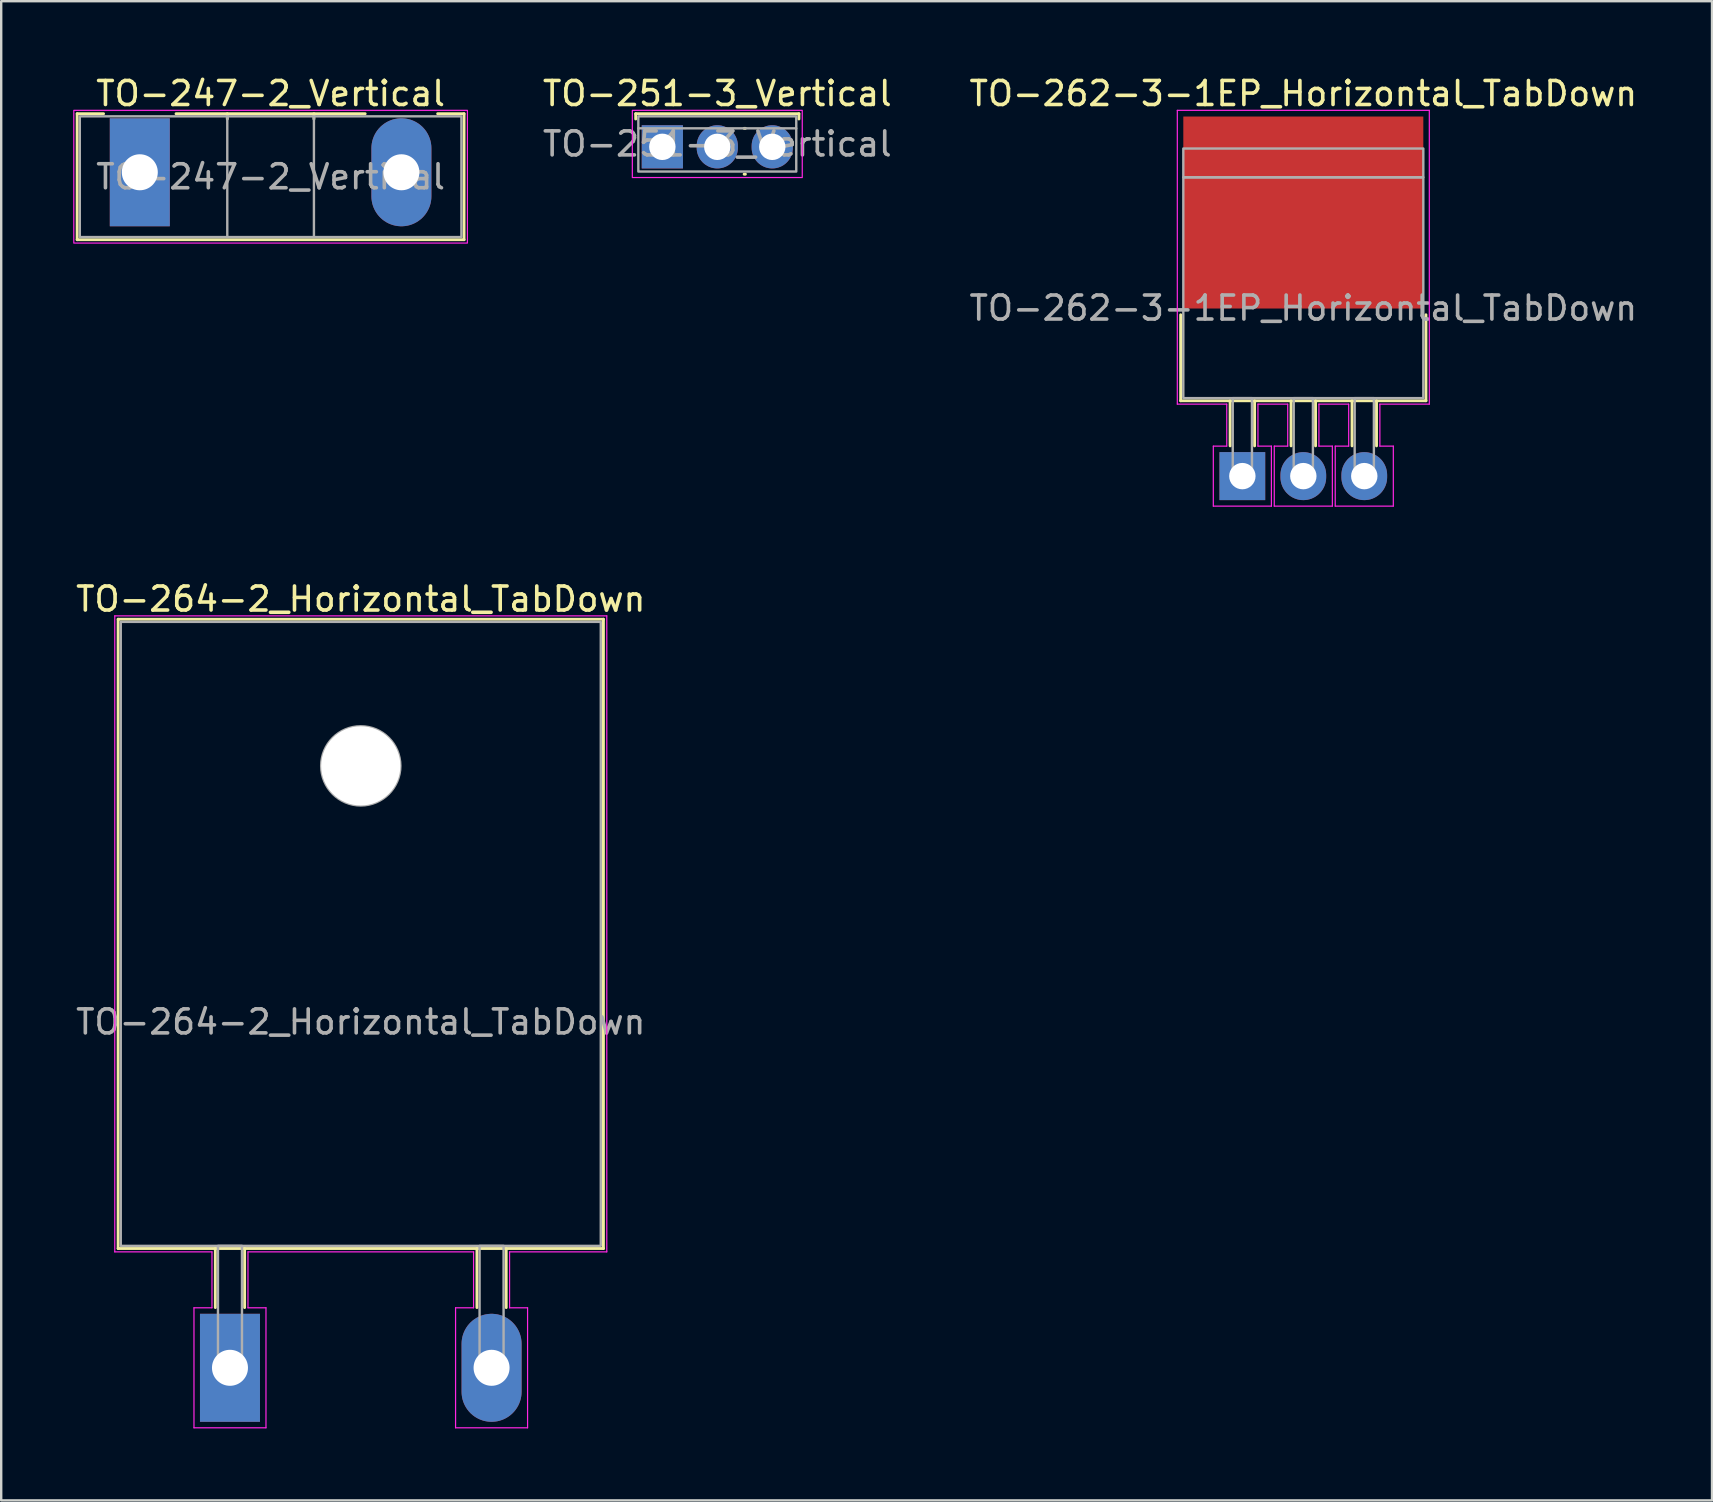
<source format=kicad_pcb>
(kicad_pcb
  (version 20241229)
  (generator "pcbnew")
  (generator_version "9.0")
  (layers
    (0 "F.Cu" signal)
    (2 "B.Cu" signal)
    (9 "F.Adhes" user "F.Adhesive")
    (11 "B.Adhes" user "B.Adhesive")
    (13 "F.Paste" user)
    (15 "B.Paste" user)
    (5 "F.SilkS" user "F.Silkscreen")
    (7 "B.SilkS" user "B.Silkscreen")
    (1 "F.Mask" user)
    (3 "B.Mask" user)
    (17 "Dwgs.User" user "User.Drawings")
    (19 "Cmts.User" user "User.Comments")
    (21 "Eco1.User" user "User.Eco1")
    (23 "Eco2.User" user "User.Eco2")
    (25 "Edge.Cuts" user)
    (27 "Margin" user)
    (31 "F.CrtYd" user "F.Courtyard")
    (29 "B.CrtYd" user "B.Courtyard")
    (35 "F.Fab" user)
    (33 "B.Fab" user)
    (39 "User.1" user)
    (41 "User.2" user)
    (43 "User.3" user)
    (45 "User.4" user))
  (footprint "TO-264-2_Horizontal_TabDown"
    (layer "F.Cu")
    (at 6.532 53.941)
    (property "Reference" "TO-264-2_Horizontal_TabDown" (at 5.45 -32.03 0) (layer "F.SilkS") (effects (font (size 1 1) (thickness 0.15))))
    (attr through_hole)
    (fp_line (start -4.66 -31.19) (end 15.56 -31.19) (stroke (width 0.12) (type solid)) (layer "F.SilkS"))
    (fp_line (start -4.66 -4.97) (end -4.66 -31.19) (stroke (width 0.12) (type solid)) (layer "F.SilkS"))
    (fp_line (start -4.66 -4.97) (end 15.56 -4.97) (stroke (width 0.12) (type solid)) (layer "F.SilkS"))
    (fp_line (start -0.61 -4.97) (end -0.61 -2.51) (stroke (width 0.12) (type solid)) (layer "F.SilkS"))
    (fp_line (start 0.61 -4.97) (end 0.61 -2.51) (stroke (width 0.12) (type solid)) (layer "F.SilkS"))
    (fp_line (start 10.29 -4.97) (end 10.29 -2.51) (stroke (width 0.12) (type solid)) (layer "F.SilkS"))
    (fp_line (start 11.51 -4.97) (end 11.51 -2.51) (stroke (width 0.12) (type solid)) (layer "F.SilkS"))
    (fp_line (start 15.56 -4.97) (end 15.56 -31.19) (stroke (width 0.12) (type solid)) (layer "F.SilkS"))
    (fp_line (start -4.8 -31.33) (end 15.7 -31.33) (stroke (width 0.05) (type solid)) (layer "F.CrtYd"))
    (fp_line (start -4.8 -4.83) (end -4.8 -31.33) (stroke (width 0.05) (type solid)) (layer "F.CrtYd"))
    (fp_line (start -1.5 -2.5) (end -0.75 -2.5) (stroke (width 0.05) (type solid)) (layer "F.CrtYd"))
    (fp_line (start -1.5 2.5) (end -1.5 -2.5) (stroke (width 0.05) (type solid)) (layer "F.CrtYd"))
    (fp_line (start -0.75 -4.83) (end -4.8 -4.83) (stroke (width 0.05) (type solid)) (layer "F.CrtYd"))
    (fp_line (start -0.75 -2.5) (end -0.75 -4.83) (stroke (width 0.05) (type solid)) (layer "F.CrtYd"))
    (fp_line (start 0.75 -4.83) (end 0.75 -2.5) (stroke (width 0.05) (type solid)) (layer "F.CrtYd"))
    (fp_line (start 0.75 -2.5) (end 1.5 -2.5) (stroke (width 0.05) (type solid)) (layer "F.CrtYd"))
    (fp_line (start 1.5 -2.5) (end 1.5 2.5) (stroke (width 0.05) (type solid)) (layer "F.CrtYd"))
    (fp_line (start 1.5 2.5) (end -1.5 2.5) (stroke (width 0.05) (type solid)) (layer "F.CrtYd"))
    (fp_line (start 9.4 -2.5) (end 10.15 -2.5) (stroke (width 0.05) (type solid)) (layer "F.CrtYd"))
    (fp_line (start 9.4 2.5) (end 9.4 -2.5) (stroke (width 0.05) (type solid)) (layer "F.CrtYd"))
    (fp_line (start 10.15 -4.83) (end 0.75 -4.83) (stroke (width 0.05) (type solid)) (layer "F.CrtYd"))
    (fp_line (start 10.15 -2.5) (end 10.15 -4.83) (stroke (width 0.05) (type solid)) (layer "F.CrtYd"))
    (fp_line (start 11.65 -4.83) (end 11.65 -2.5) (stroke (width 0.05) (type solid)) (layer "F.CrtYd"))
    (fp_line (start 11.65 -2.5) (end 12.4 -2.5) (stroke (width 0.05) (type solid)) (layer "F.CrtYd"))
    (fp_line (start 12.4 -2.5) (end 12.4 2.5) (stroke (width 0.05) (type solid)) (layer "F.CrtYd"))
    (fp_line (start 12.4 2.5) (end 9.4 2.5) (stroke (width 0.05) (type solid)) (layer "F.CrtYd"))
    (fp_line (start 15.7 -31.33) (end 15.7 -4.83) (stroke (width 0.05) (type solid)) (layer "F.CrtYd"))
    (fp_line (start 15.7 -4.83) (end 11.65 -4.83) (stroke (width 0.05) (type solid)) (layer "F.CrtYd"))
    (fp_rect (start -4.55 -5.08) (end 15.45 -31.08) (stroke (width 0.1) (type solid)) (fill no) (layer "F.Fab"))
    (fp_rect (start -0.5 -5.08) (end 0.5 0) (stroke (width 0.1) (type solid)) (fill no) (layer "F.Fab"))
    (fp_rect (start 10.4 -5.08) (end 11.4 0) (stroke (width 0.1) (type solid)) (fill no) (layer "F.Fab"))
    (fp_circle (center 5.45 -25.08) (end 7.1 -25.08) (stroke (width 0.1) (type solid)) (fill no) (layer "F.Fab"))
    (fp_text user "${REFERENCE}" (at 5.45 -14.41 0) (layer "F.Fab") (effects (font (size 1 1) (thickness 0.15))))
    (pad "" np_thru_hole circle (at 5.45 -25.08) (size 3.3 3.3) (drill 3.3) (layers "*.Cu" "*.Mask"))
    (pad "1" thru_hole rect (at 0 0) (size 2.5 4.5) (drill 1.5) (layers "*.Cu" "*.Mask"))
    (pad "2" thru_hole oval (at 10.9 0) (size 2.5 4.5) (drill 1.5) (layers "*.Cu" "*.Mask")))
  (footprint "TO-247-2_Vertical"
    (layer "F.Cu")
    (at 2.775 4.128)
    (property "Reference" "TO-247-2_Vertical" (at 5.45 -3.28 0) (layer "F.SilkS") (effects (font (size 1 1) (thickness 0.15))))
    (attr through_hole)
    (fp_line (start -2.61 -2.44) (end -2.61 2.81) (stroke (width 0.12) (type solid)) (layer "F.SilkS"))
    (fp_line (start -2.61 -2.44) (end -1.51 -2.44) (stroke (width 0.12) (type solid)) (layer "F.SilkS"))
    (fp_line (start -2.61 2.81) (end 13.51 2.81) (stroke (width 0.12) (type solid)) (layer "F.SilkS"))
    (fp_line (start 1.51 -2.44) (end 9.39 -2.44) (stroke (width 0.12) (type solid)) (layer "F.SilkS"))
    (fp_line (start 3.645 -2.44) (end 3.645 -2.22) (stroke (width 0.12) (type solid)) (layer "F.SilkS"))
    (fp_line (start 7.255 -2.44) (end 7.255 -2.22) (stroke (width 0.12) (type solid)) (layer "F.SilkS"))
    (fp_line (start 12.41 -2.44) (end 13.51 -2.44) (stroke (width 0.12) (type solid)) (layer "F.SilkS"))
    (fp_line (start 13.51 -2.44) (end 13.51 2.81) (stroke (width 0.12) (type solid)) (layer "F.SilkS"))
    (fp_rect (start 13.65 2.95) (end -2.75 -2.58) (stroke (width 0.05) (type solid)) (fill no) (layer "F.CrtYd"))
    (fp_line (start 3.645 -2.33) (end 3.645 2.7) (stroke (width 0.1) (type solid)) (layer "F.Fab"))
    (fp_line (start 7.255 -2.33) (end 7.255 2.7) (stroke (width 0.1) (type solid)) (layer "F.Fab"))
    (fp_rect (start -2.5 -2.33) (end 13.4 2.7) (stroke (width 0.1) (type solid)) (fill no) (layer "F.Fab"))
    (fp_text user "${REFERENCE}" (at 5.45 0.19 0) (layer "F.Fab") (effects (font (size 1 1) (thickness 0.15))))
    (pad "1" thru_hole rect (at 0 0) (size 2.5 4.5) (drill 1.5) (layers "*.Cu" "*.Mask"))
    (pad "2" thru_hole oval (at 10.9 0) (size 2.5 4.5) (drill 1.5) (layers "*.Cu" "*.Mask")))
  (footprint "TO-262-3-1EP_Horizontal_TabDown"
    (layer "F.Cu")
    (at 48.714 16.788)
    (property "Reference" "TO-262-3-1EP_Horizontal_TabDown" (at 2.54 -15.94 0) (layer "F.SilkS") (effects (font (size 1 1) (thickness 0.15))))
    (attr through_hole)
    (fp_line (start -2.57 -3.14) (end -2.57 -6.723) (stroke (width 0.12) (type solid)) (layer "F.SilkS"))
    (fp_line (start -2.57 -3.14) (end 7.65 -3.14) (stroke (width 0.12) (type solid)) (layer "F.SilkS"))
    (fp_line (start -0.51 -3.14) (end -0.51 -1.26) (stroke (width 0.12) (type solid)) (layer "F.SilkS"))
    (fp_line (start 0.51 -3.14) (end 0.51 -1.26) (stroke (width 0.12) (type solid)) (layer "F.SilkS"))
    (fp_line (start 2.03 -3.14) (end 2.03 -1.26) (stroke (width 0.12) (type solid)) (layer "F.SilkS"))
    (fp_line (start 3.05 -3.14) (end 3.05 -1.26) (stroke (width 0.12) (type solid)) (layer "F.SilkS"))
    (fp_line (start 4.57 -3.14) (end 4.57 -1.26) (stroke (width 0.12) (type solid)) (layer "F.SilkS"))
    (fp_line (start 5.59 -3.14) (end 5.59 -1.26) (stroke (width 0.12) (type solid)) (layer "F.SilkS"))
    (fp_line (start 7.65 -3.14) (end 7.65 -6.723) (stroke (width 0.12) (type solid)) (layer "F.SilkS"))
    (fp_line (start -2.71 -15.24) (end 7.79 -15.24) (stroke (width 0.05) (type solid)) (layer "F.CrtYd"))
    (fp_line (start -2.71 -3) (end -2.71 -15.24) (stroke (width 0.05) (type solid)) (layer "F.CrtYd"))
    (fp_line (start -1.21 -1.25) (end -0.65 -1.25) (stroke (width 0.05) (type solid)) (layer "F.CrtYd"))
    (fp_line (start -1.21 1.25) (end -1.21 -1.25) (stroke (width 0.05) (type solid)) (layer "F.CrtYd"))
    (fp_line (start -0.65 -3) (end -2.71 -3) (stroke (width 0.05) (type solid)) (layer "F.CrtYd"))
    (fp_line (start -0.65 -1.25) (end -0.65 -3) (stroke (width 0.05) (type solid)) (layer "F.CrtYd"))
    (fp_line (start 0.65 -3) (end 0.65 -1.25) (stroke (width 0.05) (type solid)) (layer "F.CrtYd"))
    (fp_line (start 0.65 -1.25) (end 1.21 -1.25) (stroke (width 0.05) (type solid)) (layer "F.CrtYd"))
    (fp_line (start 1.21 -1.25) (end 1.21 1.25) (stroke (width 0.05) (type solid)) (layer "F.CrtYd"))
    (fp_line (start 1.21 1.25) (end -1.21 1.25) (stroke (width 0.05) (type solid)) (layer "F.CrtYd"))
    (fp_line (start 1.33 -1.25) (end 1.89 -1.25) (stroke (width 0.05) (type solid)) (layer "F.CrtYd"))
    (fp_line (start 1.33 1.25) (end 1.33 -1.25) (stroke (width 0.05) (type solid)) (layer "F.CrtYd"))
    (fp_line (start 1.89 -3) (end 0.65 -3) (stroke (width 0.05) (type solid)) (layer "F.CrtYd"))
    (fp_line (start 1.89 -1.25) (end 1.89 -3) (stroke (width 0.05) (type solid)) (layer "F.CrtYd"))
    (fp_line (start 3.19 -3) (end 3.19 -1.25) (stroke (width 0.05) (type solid)) (layer "F.CrtYd"))
    (fp_line (start 3.19 -1.25) (end 3.75 -1.25) (stroke (width 0.05) (type solid)) (layer "F.CrtYd"))
    (fp_line (start 3.75 -1.25) (end 3.75 1.25) (stroke (width 0.05) (type solid)) (layer "F.CrtYd"))
    (fp_line (start 3.75 1.25) (end 1.33 1.25) (stroke (width 0.05) (type solid)) (layer "F.CrtYd"))
    (fp_line (start 3.87 -1.25) (end 4.43 -1.25) (stroke (width 0.05) (type solid)) (layer "F.CrtYd"))
    (fp_line (start 3.87 1.25) (end 3.87 -1.25) (stroke (width 0.05) (type solid)) (layer "F.CrtYd"))
    (fp_line (start 4.43 -3) (end 3.19 -3) (stroke (width 0.05) (type solid)) (layer "F.CrtYd"))
    (fp_line (start 4.43 -1.25) (end 4.43 -3) (stroke (width 0.05) (type solid)) (layer "F.CrtYd"))
    (fp_line (start 5.73 -3) (end 5.73 -1.25) (stroke (width 0.05) (type solid)) (layer "F.CrtYd"))
    (fp_line (start 5.73 -1.25) (end 6.29 -1.25) (stroke (width 0.05) (type solid)) (layer "F.CrtYd"))
    (fp_line (start 6.29 -1.25) (end 6.29 1.25) (stroke (width 0.05) (type solid)) (layer "F.CrtYd"))
    (fp_line (start 6.29 1.25) (end 3.87 1.25) (stroke (width 0.05) (type solid)) (layer "F.CrtYd"))
    (fp_line (start 7.79 -15.24) (end 7.79 -3) (stroke (width 0.05) (type solid)) (layer "F.CrtYd"))
    (fp_line (start 7.79 -3) (end 5.73 -3) (stroke (width 0.05) (type solid)) (layer "F.CrtYd"))
    (fp_rect (start -2.46 -13.65) (end 7.54 -12.45) (stroke (width 0.1) (type solid)) (fill no) (layer "F.Fab"))
    (fp_rect (start -2.46 -3.25) (end 7.54 -12.45) (stroke (width 0.1) (type solid)) (fill no) (layer "F.Fab"))
    (fp_rect (start -0.4 -3.25) (end 0.4 0) (stroke (width 0.1) (type solid)) (fill no) (layer "F.Fab"))
    (fp_rect (start 2.14 -3.25) (end 2.94 0) (stroke (width 0.1) (type solid)) (fill no) (layer "F.Fab"))
    (fp_rect (start 4.68 -3.25) (end 5.48 0) (stroke (width 0.1) (type solid)) (fill no) (layer "F.Fab"))
    (fp_text user "${REFERENCE}" (at 2.54 -7 0) (layer "F.Fab") (effects (font (size 1 1) (thickness 0.15))))
    (pad "1" thru_hole rect (at 0 0) (size 1.905 2) (drill 1.1) (layers "*.Cu" "*.Mask"))
    (pad "2" thru_hole oval (at 2.54 0) (size 1.905 2) (drill 1.1) (layers "*.Cu" "*.Mask"))
    (pad "3" thru_hole oval (at 5.08 0) (size 1.905 2) (drill 1.1) (layers "*.Cu" "*.Mask"))
    (pad "4" smd rect (at 2.54 -10.983) (size 10 8) (layers "F.Cu" "F.Mask" "F.Paste")))
  (footprint "TO-251-3_Vertical"
    (layer "F.Cu")
    (at 24.547 3.068)
    (property "Reference" "TO-251-3_Vertical" (at 2.29 -2.22 0) (layer "F.SilkS") (effects (font (size 1 1) (thickness 0.15))))
    (attr through_hole)
    (fp_line (start -1.11 -1.38) (end -1.11 -1.16) (stroke (width 0.12) (type solid)) (layer "F.SilkS"))
    (fp_line (start -1.11 -1.38) (end 5.69 -1.38) (stroke (width 0.12) (type solid)) (layer "F.SilkS"))
    (fp_line (start 3.409 -0.77) (end 3.461 -0.77) (stroke (width 0.12) (type solid)) (layer "F.SilkS"))
    (fp_line (start 3.409 1.14) (end 3.461 1.14) (stroke (width 0.12) (type solid)) (layer "F.SilkS"))
    (fp_line (start 5.69 -1.38) (end 5.69 -1.16) (stroke (width 0.12) (type solid)) (layer "F.SilkS"))
    (fp_rect (start 5.83 1.28) (end -1.25 -1.52) (stroke (width 0.05) (type solid)) (fill no) (layer "F.CrtYd"))
    (fp_line (start -1 -0.77) (end 5.58 -0.77) (stroke (width 0.1) (type solid)) (layer "F.Fab"))
    (fp_rect (start -1 -1.27) (end 5.58 1.03) (stroke (width 0.1) (type solid)) (fill no) (layer "F.Fab"))
    (fp_text user "${REFERENCE}" (at 2.29 -0.12 0) (layer "F.Fab") (effects (font (size 1 1) (thickness 0.15))))
    (pad "1" thru_hole rect (at 0 0) (size 1.718 1.8) (drill 1.1) (layers "*.Cu" "*.Mask"))
    (pad "2" thru_hole oval (at 2.29 0) (size 1.718 1.8) (drill 1.1) (layers "*.Cu" "*.Mask"))
    (pad "3" thru_hole oval (at 4.58 0) (size 1.718 1.8) (drill 1.1) (layers "*.Cu" "*.Mask")))
  (gr_rect
    (start -3 -3)
    (end 68.283 59.467)
    (stroke (width 0.1) (type default))
    (fill no)
    (layer "Edge.Cuts")))
</source>
